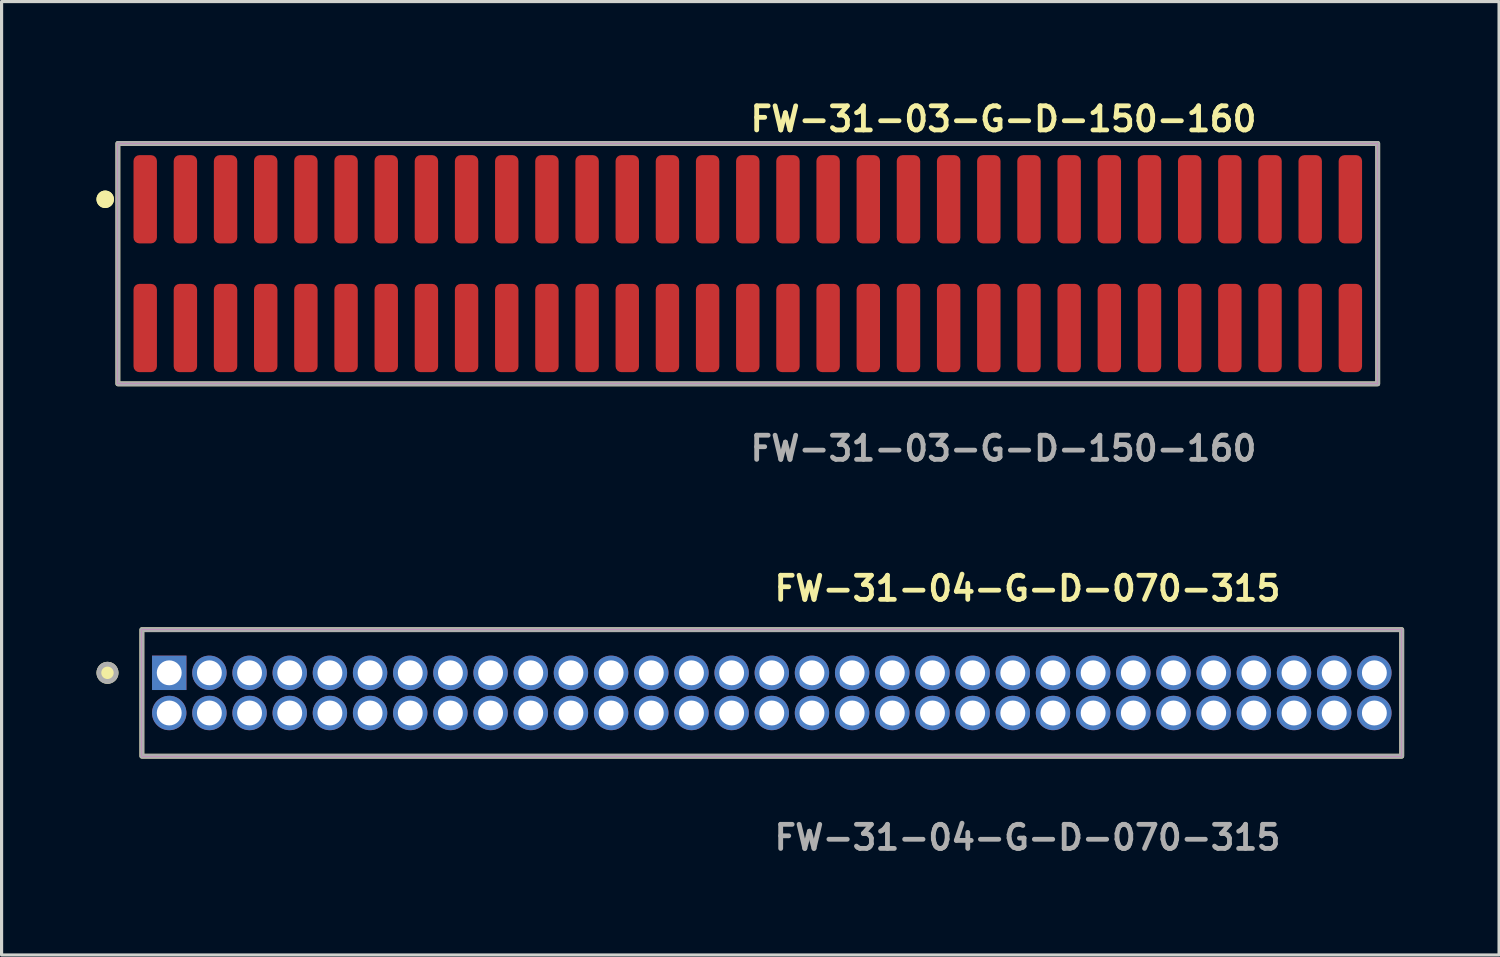
<source format=kicad_pcb>
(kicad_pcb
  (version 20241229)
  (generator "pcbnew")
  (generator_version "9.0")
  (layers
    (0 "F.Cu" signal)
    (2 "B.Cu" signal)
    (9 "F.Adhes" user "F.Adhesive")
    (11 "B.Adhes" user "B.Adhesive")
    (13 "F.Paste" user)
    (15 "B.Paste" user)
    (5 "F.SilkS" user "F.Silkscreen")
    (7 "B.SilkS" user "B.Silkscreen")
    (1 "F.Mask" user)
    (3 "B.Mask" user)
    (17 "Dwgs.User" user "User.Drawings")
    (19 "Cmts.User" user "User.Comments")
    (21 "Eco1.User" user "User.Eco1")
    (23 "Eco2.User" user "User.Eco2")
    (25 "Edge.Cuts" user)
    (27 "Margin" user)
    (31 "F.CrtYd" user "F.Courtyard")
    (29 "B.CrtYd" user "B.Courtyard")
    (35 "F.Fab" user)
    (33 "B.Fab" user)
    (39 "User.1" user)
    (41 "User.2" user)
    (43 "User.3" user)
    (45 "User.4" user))
  (footprint "FW-31-04-G-D-070-315"
    (layer "F.Cu")
    (at 21.35 18.856)
    (property "Reference" "FW-31-04-G-D-070-315" (at 0 -3.302 0) (unlocked yes) (layer "F.SilkS") (effects (font (size 0.762 0.762) (thickness 0.152)) (justify left)))
    (fp_rect (start -19.915 2) (end 19.915 -2) (stroke (width 0.152) (type solid)) (fill no) (layer "F.SilkS"))
    (fp_circle (center -21.002 -0.635) (end -21.274 -0.635) (stroke (width 0.152) (type solid)) (fill yes) (layer "F.SilkS"))
    (fp_rect (start -19.915 2) (end 19.915 -2) (stroke (width 0.006) (type solid)) (fill no) (layer "F.CrtYd"))
    (fp_rect (start -19.915 2) (end 19.915 -2) (stroke (width 0.152) (type solid)) (fill no) (layer "F.Fab"))
    (fp_circle (center -21.002 -0.635) (end -21.274 -0.635) (stroke (width 0.152) (type solid)) (fill no) (layer "F.Fab"))
    (fp_text user "${REFERENCE}" (at 0 4.572 0) (unlocked yes) (layer "F.Fab") (effects (font (size 0.762 0.762) (thickness 0.152)) (justify left)))
    (pad "1" thru_hole rect (at -19.05 -0.635) (size 1.087 1.087) (drill 0.787) (layers "*.Cu" "*.Mask"))
    (pad "2" thru_hole circle (at -19.05 0.635) (size 1.087 1.087) (drill 0.787) (layers "*.Cu" "*.Mask"))
    (pad "3" thru_hole circle (at -17.78 -0.635) (size 1.087 1.087) (drill 0.787) (layers "*.Cu" "*.Mask"))
    (pad "4" thru_hole circle (at -17.78 0.635) (size 1.087 1.087) (drill 0.787) (layers "*.Cu" "*.Mask"))
    (pad "5" thru_hole circle (at -16.51 -0.635) (size 1.087 1.087) (drill 0.787) (layers "*.Cu" "*.Mask"))
    (pad "6" thru_hole circle (at -16.51 0.635) (size 1.087 1.087) (drill 0.787) (layers "*.Cu" "*.Mask"))
    (pad "7" thru_hole circle (at -15.24 -0.635) (size 1.087 1.087) (drill 0.787) (layers "*.Cu" "*.Mask"))
    (pad "8" thru_hole circle (at -15.24 0.635) (size 1.087 1.087) (drill 0.787) (layers "*.Cu" "*.Mask"))
    (pad "9" thru_hole circle (at -13.97 -0.635) (size 1.087 1.087) (drill 0.787) (layers "*.Cu" "*.Mask"))
    (pad "10" thru_hole circle (at -13.97 0.635) (size 1.087 1.087) (drill 0.787) (layers "*.Cu" "*.Mask"))
    (pad "11" thru_hole circle (at -12.7 -0.635) (size 1.087 1.087) (drill 0.787) (layers "*.Cu" "*.Mask"))
    (pad "12" thru_hole circle (at -12.7 0.635) (size 1.087 1.087) (drill 0.787) (layers "*.Cu" "*.Mask"))
    (pad "13" thru_hole circle (at -11.43 -0.635) (size 1.087 1.087) (drill 0.787) (layers "*.Cu" "*.Mask"))
    (pad "14" thru_hole circle (at -11.43 0.635) (size 1.087 1.087) (drill 0.787) (layers "*.Cu" "*.Mask"))
    (pad "15" thru_hole circle (at -10.16 -0.635) (size 1.087 1.087) (drill 0.787) (layers "*.Cu" "*.Mask"))
    (pad "16" thru_hole circle (at -10.16 0.635) (size 1.087 1.087) (drill 0.787) (layers "*.Cu" "*.Mask"))
    (pad "17" thru_hole circle (at -8.89 -0.635) (size 1.087 1.087) (drill 0.787) (layers "*.Cu" "*.Mask"))
    (pad "18" thru_hole circle (at -8.89 0.635) (size 1.087 1.087) (drill 0.787) (layers "*.Cu" "*.Mask"))
    (pad "19" thru_hole circle (at -7.62 -0.635) (size 1.087 1.087) (drill 0.787) (layers "*.Cu" "*.Mask"))
    (pad "20" thru_hole circle (at -7.62 0.635) (size 1.087 1.087) (drill 0.787) (layers "*.Cu" "*.Mask"))
    (pad "21" thru_hole circle (at -6.35 -0.635) (size 1.087 1.087) (drill 0.787) (layers "*.Cu" "*.Mask"))
    (pad "22" thru_hole circle (at -6.35 0.635) (size 1.087 1.087) (drill 0.787) (layers "*.Cu" "*.Mask"))
    (pad "23" thru_hole circle (at -5.08 -0.635) (size 1.087 1.087) (drill 0.787) (layers "*.Cu" "*.Mask"))
    (pad "24" thru_hole circle (at -5.08 0.635) (size 1.087 1.087) (drill 0.787) (layers "*.Cu" "*.Mask"))
    (pad "25" thru_hole circle (at -3.81 -0.635) (size 1.087 1.087) (drill 0.787) (layers "*.Cu" "*.Mask"))
    (pad "26" thru_hole circle (at -3.81 0.635) (size 1.087 1.087) (drill 0.787) (layers "*.Cu" "*.Mask"))
    (pad "27" thru_hole circle (at -2.54 -0.635) (size 1.087 1.087) (drill 0.787) (layers "*.Cu" "*.Mask"))
    (pad "28" thru_hole circle (at -2.54 0.635) (size 1.087 1.087) (drill 0.787) (layers "*.Cu" "*.Mask"))
    (pad "29" thru_hole circle (at -1.27 -0.635) (size 1.087 1.087) (drill 0.787) (layers "*.Cu" "*.Mask"))
    (pad "30" thru_hole circle (at -1.27 0.635) (size 1.087 1.087) (drill 0.787) (layers "*.Cu" "*.Mask"))
    (pad "31" thru_hole circle (at 0 -0.635) (size 1.087 1.087) (drill 0.787) (layers "*.Cu" "*.Mask"))
    (pad "32" thru_hole circle (at 0 0.635) (size 1.087 1.087) (drill 0.787) (layers "*.Cu" "*.Mask"))
    (pad "33" thru_hole circle (at 1.27 -0.635) (size 1.087 1.087) (drill 0.787) (layers "*.Cu" "*.Mask"))
    (pad "34" thru_hole circle (at 1.27 0.635) (size 1.087 1.087) (drill 0.787) (layers "*.Cu" "*.Mask"))
    (pad "35" thru_hole circle (at 2.54 -0.635) (size 1.087 1.087) (drill 0.787) (layers "*.Cu" "*.Mask"))
    (pad "36" thru_hole circle (at 2.54 0.635) (size 1.087 1.087) (drill 0.787) (layers "*.Cu" "*.Mask"))
    (pad "37" thru_hole circle (at 3.81 -0.635) (size 1.087 1.087) (drill 0.787) (layers "*.Cu" "*.Mask"))
    (pad "38" thru_hole circle (at 3.81 0.635) (size 1.087 1.087) (drill 0.787) (layers "*.Cu" "*.Mask"))
    (pad "39" thru_hole circle (at 5.08 -0.635) (size 1.087 1.087) (drill 0.787) (layers "*.Cu" "*.Mask"))
    (pad "40" thru_hole circle (at 5.08 0.635) (size 1.087 1.087) (drill 0.787) (layers "*.Cu" "*.Mask"))
    (pad "41" thru_hole circle (at 6.35 -0.635) (size 1.087 1.087) (drill 0.787) (layers "*.Cu" "*.Mask"))
    (pad "42" thru_hole circle (at 6.35 0.635) (size 1.087 1.087) (drill 0.787) (layers "*.Cu" "*.Mask"))
    (pad "43" thru_hole circle (at 7.62 -0.635) (size 1.087 1.087) (drill 0.787) (layers "*.Cu" "*.Mask"))
    (pad "44" thru_hole circle (at 7.62 0.635) (size 1.087 1.087) (drill 0.787) (layers "*.Cu" "*.Mask"))
    (pad "45" thru_hole circle (at 8.89 -0.635) (size 1.087 1.087) (drill 0.787) (layers "*.Cu" "*.Mask"))
    (pad "46" thru_hole circle (at 8.89 0.635) (size 1.087 1.087) (drill 0.787) (layers "*.Cu" "*.Mask"))
    (pad "47" thru_hole circle (at 10.16 -0.635) (size 1.087 1.087) (drill 0.787) (layers "*.Cu" "*.Mask"))
    (pad "48" thru_hole circle (at 10.16 0.635) (size 1.087 1.087) (drill 0.787) (layers "*.Cu" "*.Mask"))
    (pad "49" thru_hole circle (at 11.43 -0.635) (size 1.087 1.087) (drill 0.787) (layers "*.Cu" "*.Mask"))
    (pad "50" thru_hole circle (at 11.43 0.635) (size 1.087 1.087) (drill 0.787) (layers "*.Cu" "*.Mask"))
    (pad "51" thru_hole circle (at 12.7 -0.635) (size 1.087 1.087) (drill 0.787) (layers "*.Cu" "*.Mask"))
    (pad "52" thru_hole circle (at 12.7 0.635) (size 1.087 1.087) (drill 0.787) (layers "*.Cu" "*.Mask"))
    (pad "53" thru_hole circle (at 13.97 -0.635) (size 1.087 1.087) (drill 0.787) (layers "*.Cu" "*.Mask"))
    (pad "54" thru_hole circle (at 13.97 0.635) (size 1.087 1.087) (drill 0.787) (layers "*.Cu" "*.Mask"))
    (pad "55" thru_hole circle (at 15.24 -0.635) (size 1.087 1.087) (drill 0.787) (layers "*.Cu" "*.Mask"))
    (pad "56" thru_hole circle (at 15.24 0.635) (size 1.087 1.087) (drill 0.787) (layers "*.Cu" "*.Mask"))
    (pad "57" thru_hole circle (at 16.51 -0.635) (size 1.087 1.087) (drill 0.787) (layers "*.Cu" "*.Mask"))
    (pad "58" thru_hole circle (at 16.51 0.635) (size 1.087 1.087) (drill 0.787) (layers "*.Cu" "*.Mask"))
    (pad "59" thru_hole circle (at 17.78 -0.635) (size 1.087 1.087) (drill 0.787) (layers "*.Cu" "*.Mask"))
    (pad "60" thru_hole circle (at 17.78 0.635) (size 1.087 1.087) (drill 0.787) (layers "*.Cu" "*.Mask"))
    (pad "61" thru_hole circle (at 19.05 -0.635) (size 1.087 1.087) (drill 0.787) (layers "*.Cu" "*.Mask"))
    (pad "62" thru_hole circle (at 19.05 0.635) (size 1.087 1.087) (drill 0.787) (layers "*.Cu" "*.Mask")))
  (footprint "FW-31-03-G-D-150-160"
    (layer "F.Cu")
    (at 20.591 5.285)
    (property "Reference" "FW-31-03-G-D-150-160" (at 0 -4.572 0) (unlocked yes) (layer "F.SilkS") (effects (font (size 0.762 0.762) (thickness 0.152)) (justify left)))
    (fp_rect (start -19.915 3.8) (end 19.915 -3.8) (stroke (width 0.152) (type solid)) (fill no) (layer "F.SilkS"))
    (fp_circle (center -20.315 -2.035) (end -20.515 -2.035) (stroke (width 0.152) (type solid)) (fill yes) (layer "F.SilkS"))
    (fp_circle (center -20.315 -2.035) (end -20.515 -2.035) (stroke (width 0.152) (type solid)) (fill yes) (layer "F.SilkS"))
    (fp_rect (start -19.915 3.8) (end 19.915 -3.8) (stroke (width 0.006) (type solid)) (fill no) (layer "F.CrtYd"))
    (fp_rect (start -19.915 3.8) (end 19.915 -3.8) (stroke (width 0.152) (type solid)) (fill no) (layer "F.Fab"))
    (fp_text user "${REFERENCE}" (at 0 5.842 0) (unlocked yes) (layer "F.Fab") (effects (font (size 0.762 0.762) (thickness 0.152)) (justify left)))
    (pad "1" smd roundrect (at -19.05 -2.035) (size 0.74 2.79) (layers "F.Cu" "F.Paste") (roundrect_rratio 0.25))
    (pad "2" smd roundrect (at -19.05 2.035) (size 0.74 2.79) (layers "F.Cu" "F.Paste") (roundrect_rratio 0.25))
    (pad "3" smd roundrect (at -17.78 -2.035) (size 0.74 2.79) (layers "F.Cu" "F.Paste") (roundrect_rratio 0.25))
    (pad "4" smd roundrect (at -17.78 2.035) (size 0.74 2.79) (layers "F.Cu" "F.Paste") (roundrect_rratio 0.25))
    (pad "5" smd roundrect (at -16.51 -2.035) (size 0.74 2.79) (layers "F.Cu" "F.Paste") (roundrect_rratio 0.25))
    (pad "6" smd roundrect (at -16.51 2.035) (size 0.74 2.79) (layers "F.Cu" "F.Paste") (roundrect_rratio 0.25))
    (pad "7" smd roundrect (at -15.24 -2.035) (size 0.74 2.79) (layers "F.Cu" "F.Paste") (roundrect_rratio 0.25))
    (pad "8" smd roundrect (at -15.24 2.035) (size 0.74 2.79) (layers "F.Cu" "F.Paste") (roundrect_rratio 0.25))
    (pad "9" smd roundrect (at -13.97 -2.035) (size 0.74 2.79) (layers "F.Cu" "F.Paste") (roundrect_rratio 0.25))
    (pad "10" smd roundrect (at -13.97 2.035) (size 0.74 2.79) (layers "F.Cu" "F.Paste") (roundrect_rratio 0.25))
    (pad "11" smd roundrect (at -12.7 -2.035) (size 0.74 2.79) (layers "F.Cu" "F.Paste") (roundrect_rratio 0.25))
    (pad "12" smd roundrect (at -12.7 2.035) (size 0.74 2.79) (layers "F.Cu" "F.Paste") (roundrect_rratio 0.25))
    (pad "13" smd roundrect (at -11.43 -2.035) (size 0.74 2.79) (layers "F.Cu" "F.Paste") (roundrect_rratio 0.25))
    (pad "14" smd roundrect (at -11.43 2.035) (size 0.74 2.79) (layers "F.Cu" "F.Paste") (roundrect_rratio 0.25))
    (pad "15" smd roundrect (at -10.16 -2.035) (size 0.74 2.79) (layers "F.Cu" "F.Paste") (roundrect_rratio 0.25))
    (pad "16" smd roundrect (at -10.16 2.035) (size 0.74 2.79) (layers "F.Cu" "F.Paste") (roundrect_rratio 0.25))
    (pad "17" smd roundrect (at -8.89 -2.035) (size 0.74 2.79) (layers "F.Cu" "F.Paste") (roundrect_rratio 0.25))
    (pad "18" smd roundrect (at -8.89 2.035) (size 0.74 2.79) (layers "F.Cu" "F.Paste") (roundrect_rratio 0.25))
    (pad "19" smd roundrect (at -7.62 -2.035) (size 0.74 2.79) (layers "F.Cu" "F.Paste") (roundrect_rratio 0.25))
    (pad "20" smd roundrect (at -7.62 2.035) (size 0.74 2.79) (layers "F.Cu" "F.Paste") (roundrect_rratio 0.25))
    (pad "21" smd roundrect (at -6.35 -2.035) (size 0.74 2.79) (layers "F.Cu" "F.Paste") (roundrect_rratio 0.25))
    (pad "22" smd roundrect (at -6.35 2.035) (size 0.74 2.79) (layers "F.Cu" "F.Paste") (roundrect_rratio 0.25))
    (pad "23" smd roundrect (at -5.08 -2.035) (size 0.74 2.79) (layers "F.Cu" "F.Paste") (roundrect_rratio 0.25))
    (pad "24" smd roundrect (at -5.08 2.035) (size 0.74 2.79) (layers "F.Cu" "F.Paste") (roundrect_rratio 0.25))
    (pad "25" smd roundrect (at -3.81 -2.035) (size 0.74 2.79) (layers "F.Cu" "F.Paste") (roundrect_rratio 0.25))
    (pad "26" smd roundrect (at -3.81 2.035) (size 0.74 2.79) (layers "F.Cu" "F.Paste") (roundrect_rratio 0.25))
    (pad "27" smd roundrect (at -2.54 -2.035) (size 0.74 2.79) (layers "F.Cu" "F.Paste") (roundrect_rratio 0.25))
    (pad "28" smd roundrect (at -2.54 2.035) (size 0.74 2.79) (layers "F.Cu" "F.Paste") (roundrect_rratio 0.25))
    (pad "29" smd roundrect (at -1.27 -2.035) (size 0.74 2.79) (layers "F.Cu" "F.Paste") (roundrect_rratio 0.25))
    (pad "30" smd roundrect (at -1.27 2.035) (size 0.74 2.79) (layers "F.Cu" "F.Paste") (roundrect_rratio 0.25))
    (pad "31" smd roundrect (at 0 -2.035) (size 0.74 2.79) (layers "F.Cu" "F.Paste") (roundrect_rratio 0.25))
    (pad "32" smd roundrect (at 0 2.035) (size 0.74 2.79) (layers "F.Cu" "F.Paste") (roundrect_rratio 0.25))
    (pad "33" smd roundrect (at 1.27 -2.035) (size 0.74 2.79) (layers "F.Cu" "F.Paste") (roundrect_rratio 0.25))
    (pad "34" smd roundrect (at 1.27 2.035) (size 0.74 2.79) (layers "F.Cu" "F.Paste") (roundrect_rratio 0.25))
    (pad "35" smd roundrect (at 2.54 -2.035) (size 0.74 2.79) (layers "F.Cu" "F.Paste") (roundrect_rratio 0.25))
    (pad "36" smd roundrect (at 2.54 2.035) (size 0.74 2.79) (layers "F.Cu" "F.Paste") (roundrect_rratio 0.25))
    (pad "37" smd roundrect (at 3.81 -2.035) (size 0.74 2.79) (layers "F.Cu" "F.Paste") (roundrect_rratio 0.25))
    (pad "38" smd roundrect (at 3.81 2.035) (size 0.74 2.79) (layers "F.Cu" "F.Paste") (roundrect_rratio 0.25))
    (pad "39" smd roundrect (at 5.08 -2.035) (size 0.74 2.79) (layers "F.Cu" "F.Paste") (roundrect_rratio 0.25))
    (pad "40" smd roundrect (at 5.08 2.035) (size 0.74 2.79) (layers "F.Cu" "F.Paste") (roundrect_rratio 0.25))
    (pad "41" smd roundrect (at 6.35 -2.035) (size 0.74 2.79) (layers "F.Cu" "F.Paste") (roundrect_rratio 0.25))
    (pad "42" smd roundrect (at 6.35 2.035) (size 0.74 2.79) (layers "F.Cu" "F.Paste") (roundrect_rratio 0.25))
    (pad "43" smd roundrect (at 7.62 -2.035) (size 0.74 2.79) (layers "F.Cu" "F.Paste") (roundrect_rratio 0.25))
    (pad "44" smd roundrect (at 7.62 2.035) (size 0.74 2.79) (layers "F.Cu" "F.Paste") (roundrect_rratio 0.25))
    (pad "45" smd roundrect (at 8.89 -2.035) (size 0.74 2.79) (layers "F.Cu" "F.Paste") (roundrect_rratio 0.25))
    (pad "46" smd roundrect (at 8.89 2.035) (size 0.74 2.79) (layers "F.Cu" "F.Paste") (roundrect_rratio 0.25))
    (pad "47" smd roundrect (at 10.16 -2.035) (size 0.74 2.79) (layers "F.Cu" "F.Paste") (roundrect_rratio 0.25))
    (pad "48" smd roundrect (at 10.16 2.035) (size 0.74 2.79) (layers "F.Cu" "F.Paste") (roundrect_rratio 0.25))
    (pad "49" smd roundrect (at 11.43 -2.035) (size 0.74 2.79) (layers "F.Cu" "F.Paste") (roundrect_rratio 0.25))
    (pad "50" smd roundrect (at 11.43 2.035) (size 0.74 2.79) (layers "F.Cu" "F.Paste") (roundrect_rratio 0.25))
    (pad "51" smd roundrect (at 12.7 -2.035) (size 0.74 2.79) (layers "F.Cu" "F.Paste") (roundrect_rratio 0.25))
    (pad "52" smd roundrect (at 12.7 2.035) (size 0.74 2.79) (layers "F.Cu" "F.Paste") (roundrect_rratio 0.25))
    (pad "53" smd roundrect (at 13.97 -2.035) (size 0.74 2.79) (layers "F.Cu" "F.Paste") (roundrect_rratio 0.25))
    (pad "54" smd roundrect (at 13.97 2.035) (size 0.74 2.79) (layers "F.Cu" "F.Paste") (roundrect_rratio 0.25))
    (pad "55" smd roundrect (at 15.24 -2.035) (size 0.74 2.79) (layers "F.Cu" "F.Paste") (roundrect_rratio 0.25))
    (pad "56" smd roundrect (at 15.24 2.035) (size 0.74 2.79) (layers "F.Cu" "F.Paste") (roundrect_rratio 0.25))
    (pad "57" smd roundrect (at 16.51 -2.035) (size 0.74 2.79) (layers "F.Cu" "F.Paste") (roundrect_rratio 0.25))
    (pad "58" smd roundrect (at 16.51 2.035) (size 0.74 2.79) (layers "F.Cu" "F.Paste") (roundrect_rratio 0.25))
    (pad "59" smd roundrect (at 17.78 -2.035) (size 0.74 2.79) (layers "F.Cu" "F.Paste") (roundrect_rratio 0.25))
    (pad "60" smd roundrect (at 17.78 2.035) (size 0.74 2.79) (layers "F.Cu" "F.Paste") (roundrect_rratio 0.25))
    (pad "61" smd roundrect (at 19.05 -2.035) (size 0.74 2.79) (layers "F.Cu" "F.Paste") (roundrect_rratio 0.25))
    (pad "62" smd roundrect (at 19.05 2.035) (size 0.74 2.79) (layers "F.Cu" "F.Paste") (roundrect_rratio 0.25)))
  (gr_rect
    (start -3 -3)
    (end 44.342 27.141)
    (stroke (width 0.1) (type default))
    (fill no)
    (layer "Edge.Cuts")))
</source>
